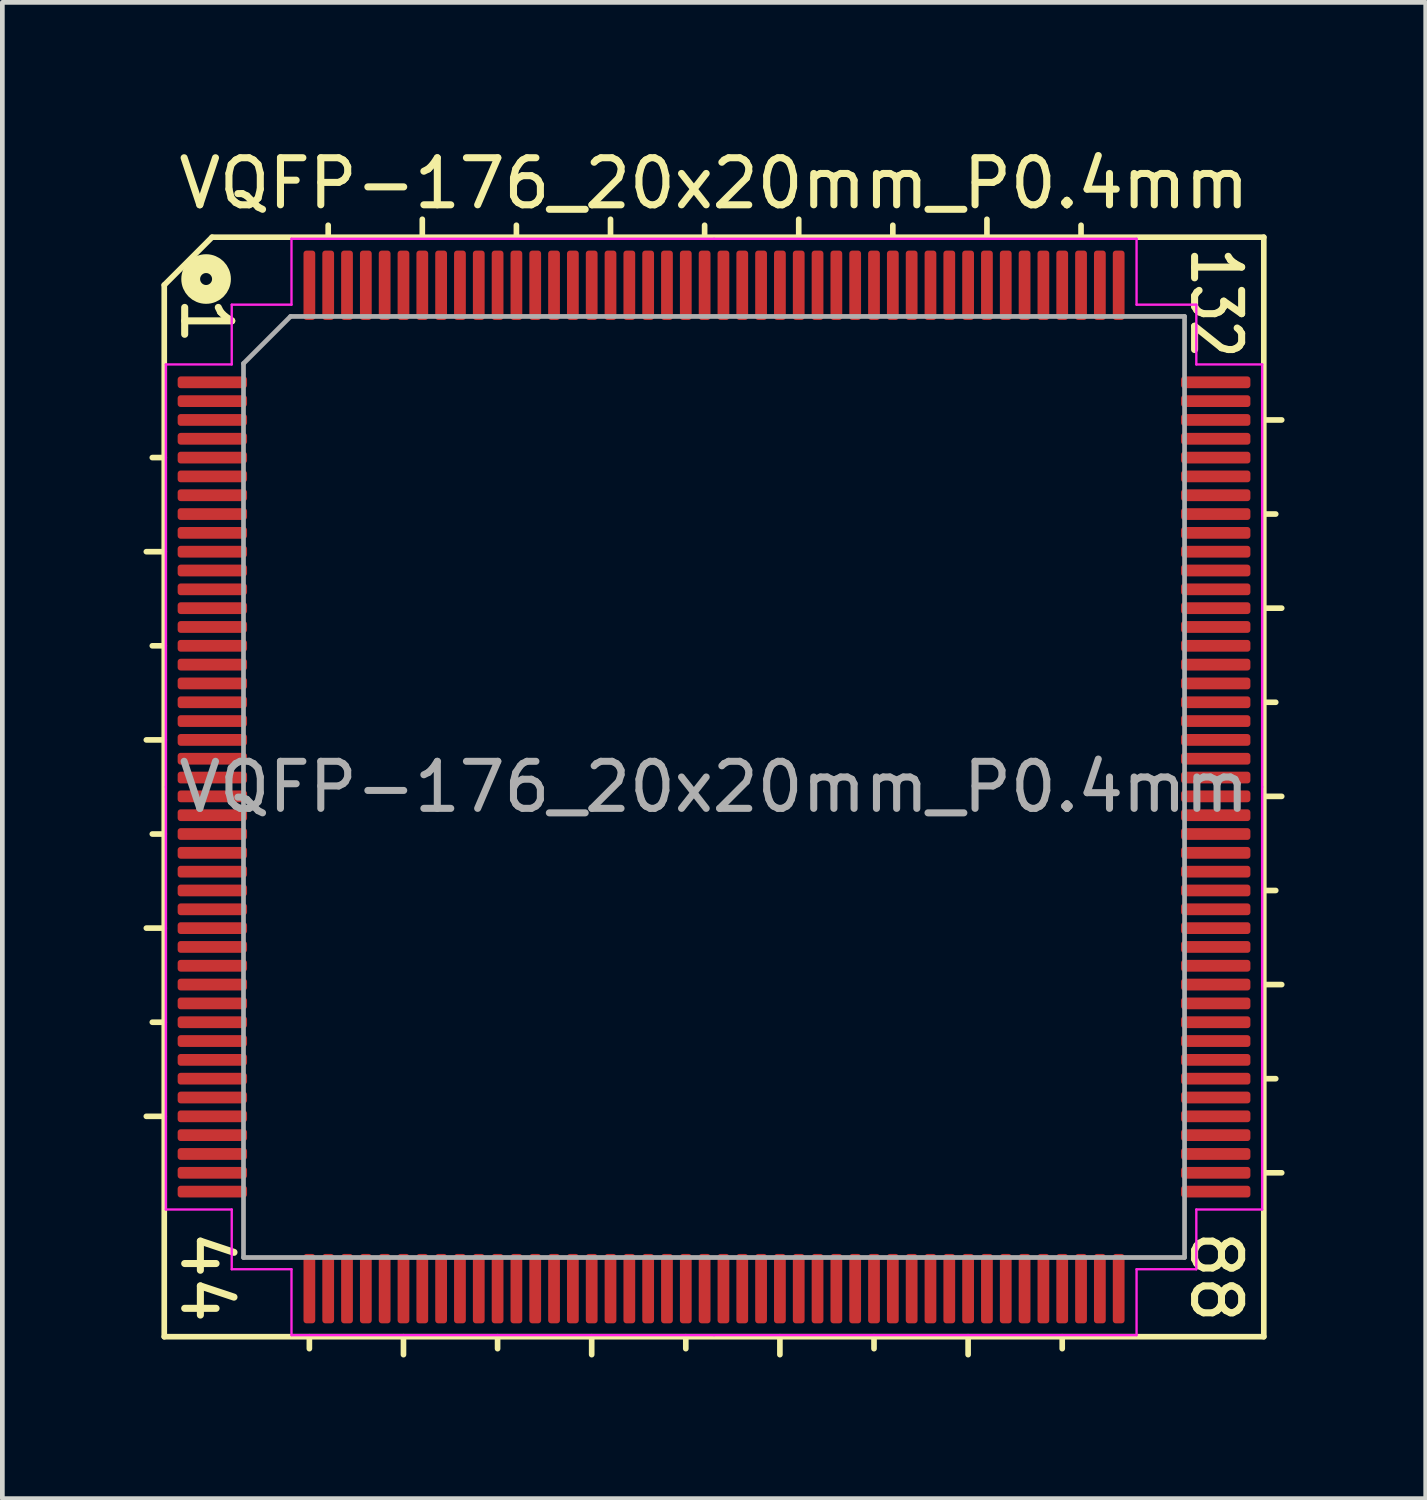
<source format=kicad_pcb>
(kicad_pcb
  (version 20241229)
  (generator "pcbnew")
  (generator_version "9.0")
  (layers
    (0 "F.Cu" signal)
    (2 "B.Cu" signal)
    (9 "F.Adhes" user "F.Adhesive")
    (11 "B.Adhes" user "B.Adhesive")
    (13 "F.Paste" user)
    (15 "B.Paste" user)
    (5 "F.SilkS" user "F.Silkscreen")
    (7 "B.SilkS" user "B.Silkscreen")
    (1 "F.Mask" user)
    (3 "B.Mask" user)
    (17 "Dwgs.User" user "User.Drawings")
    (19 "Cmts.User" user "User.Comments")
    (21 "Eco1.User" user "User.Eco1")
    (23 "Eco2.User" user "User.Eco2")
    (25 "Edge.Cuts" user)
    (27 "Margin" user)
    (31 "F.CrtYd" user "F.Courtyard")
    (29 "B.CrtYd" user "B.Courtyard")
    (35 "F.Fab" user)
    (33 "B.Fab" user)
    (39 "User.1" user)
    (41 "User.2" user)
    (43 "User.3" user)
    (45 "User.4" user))
  (footprint "VQFP-176_20x20mm_P0.4mm"
    (layer "F.Cu")
    (at 12.125 13.675)
    (property "Reference" "VQFP-176_20x20mm_P0.4mm" (at 0 -12.827 0) (layer "F.SilkS") (effects (font (size 1 1) (thickness 0.15))))
    (attr smd)
    (fp_line (start -11.684 -10.668) (end -11.684 11.684) (stroke (width 0.12) (type solid)) (layer "F.SilkS"))
    (fp_line (start -11.684 -7) (end -11.938 -7) (stroke (width 0.12) (type solid)) (layer "F.SilkS"))
    (fp_line (start -11.684 -5) (end -12.065 -5) (stroke (width 0.12) (type solid)) (layer "F.SilkS"))
    (fp_line (start -11.684 -3) (end -11.938 -3) (stroke (width 0.12) (type solid)) (layer "F.SilkS"))
    (fp_line (start -11.684 -1) (end -12.065 -1) (stroke (width 0.12) (type solid)) (layer "F.SilkS"))
    (fp_line (start -11.684 1) (end -11.938 1) (stroke (width 0.12) (type solid)) (layer "F.SilkS"))
    (fp_line (start -11.684 3) (end -12.065 3) (stroke (width 0.12) (type solid)) (layer "F.SilkS"))
    (fp_line (start -11.684 5) (end -11.938 5) (stroke (width 0.12) (type solid)) (layer "F.SilkS"))
    (fp_line (start -11.684 7) (end -12.065 7) (stroke (width 0.12) (type solid)) (layer "F.SilkS"))
    (fp_line (start -11.684 11.684) (end 11.684 11.684) (stroke (width 0.12) (type solid)) (layer "F.SilkS"))
    (fp_line (start -10.668 -11.684) (end -11.684 -10.668) (stroke (width 0.12) (type solid)) (layer "F.SilkS"))
    (fp_line (start -8.6 11.938) (end -8.6 11.684) (stroke (width 0.12) (type solid)) (layer "F.SilkS"))
    (fp_line (start -8.2 -11.684) (end -8.2 -11.938) (stroke (width 0.12) (type solid)) (layer "F.SilkS"))
    (fp_line (start -6.6 12.065) (end -6.6 11.684) (stroke (width 0.12) (type solid)) (layer "F.SilkS"))
    (fp_line (start -6.2 -11.684) (end -6.2 -12.065) (stroke (width 0.12) (type solid)) (layer "F.SilkS"))
    (fp_line (start -4.6 11.938) (end -4.6 11.684) (stroke (width 0.12) (type solid)) (layer "F.SilkS"))
    (fp_line (start -4.2 -11.684) (end -4.2 -11.938) (stroke (width 0.12) (type solid)) (layer "F.SilkS"))
    (fp_line (start -2.6 12.065) (end -2.6 11.684) (stroke (width 0.12) (type solid)) (layer "F.SilkS"))
    (fp_line (start -2.2 -11.684) (end -2.2 -12.065) (stroke (width 0.12) (type solid)) (layer "F.SilkS"))
    (fp_line (start -0.6 11.938) (end -0.6 11.684) (stroke (width 0.12) (type solid)) (layer "F.SilkS"))
    (fp_line (start -0.2 -11.684) (end -0.2 -11.938) (stroke (width 0.12) (type solid)) (layer "F.SilkS"))
    (fp_line (start 1.4 12.065) (end 1.4 11.684) (stroke (width 0.12) (type solid)) (layer "F.SilkS"))
    (fp_line (start 1.8 -11.684) (end 1.8 -12.065) (stroke (width 0.12) (type solid)) (layer "F.SilkS"))
    (fp_line (start 3.4 11.938) (end 3.4 11.684) (stroke (width 0.12) (type solid)) (layer "F.SilkS"))
    (fp_line (start 3.8 -11.684) (end 3.8 -11.938) (stroke (width 0.12) (type solid)) (layer "F.SilkS"))
    (fp_line (start 5.4 12.065) (end 5.4 11.684) (stroke (width 0.12) (type solid)) (layer "F.SilkS"))
    (fp_line (start 5.8 -11.684) (end 5.8 -12.065) (stroke (width 0.12) (type solid)) (layer "F.SilkS"))
    (fp_line (start 7.4 11.938) (end 7.4 11.684) (stroke (width 0.12) (type solid)) (layer "F.SilkS"))
    (fp_line (start 7.8 -11.684) (end 7.8 -11.938) (stroke (width 0.12) (type solid)) (layer "F.SilkS"))
    (fp_line (start 11.684 -11.684) (end -10.668 -11.684) (stroke (width 0.12) (type solid)) (layer "F.SilkS"))
    (fp_line (start 11.684 -7.8) (end 12.065 -7.8) (stroke (width 0.12) (type solid)) (layer "F.SilkS"))
    (fp_line (start 11.684 -5.8) (end 11.938 -5.8) (stroke (width 0.12) (type solid)) (layer "F.SilkS"))
    (fp_line (start 11.684 -3.8) (end 12.065 -3.8) (stroke (width 0.12) (type solid)) (layer "F.SilkS"))
    (fp_line (start 11.684 -1.8) (end 11.938 -1.8) (stroke (width 0.12) (type solid)) (layer "F.SilkS"))
    (fp_line (start 11.684 0.2) (end 12.065 0.2) (stroke (width 0.12) (type solid)) (layer "F.SilkS"))
    (fp_line (start 11.684 2.2) (end 11.938 2.2) (stroke (width 0.12) (type solid)) (layer "F.SilkS"))
    (fp_line (start 11.684 4.2) (end 12.065 4.2) (stroke (width 0.12) (type solid)) (layer "F.SilkS"))
    (fp_line (start 11.684 6.2) (end 11.938 6.2) (stroke (width 0.12) (type solid)) (layer "F.SilkS"))
    (fp_line (start 11.684 8.2) (end 12.065 8.2) (stroke (width 0.12) (type solid)) (layer "F.SilkS"))
    (fp_line (start 11.684 11.684) (end 11.684 -11.684) (stroke (width 0.12) (type solid)) (layer "F.SilkS"))
    (fp_circle (center -10.795 -10.795) (end -10.668 -10.795) (stroke (width 0.4) (type solid)) (fill no) (layer "F.SilkS"))
    (fp_line (start -11.65 -8.98) (end -11.65 0) (stroke (width 0.05) (type solid)) (layer "F.CrtYd"))
    (fp_line (start -11.65 8.98) (end -11.65 0) (stroke (width 0.05) (type solid)) (layer "F.CrtYd"))
    (fp_line (start -10.25 -10.25) (end -10.25 -8.98) (stroke (width 0.05) (type solid)) (layer "F.CrtYd"))
    (fp_line (start -10.25 -8.98) (end -11.65 -8.98) (stroke (width 0.05) (type solid)) (layer "F.CrtYd"))
    (fp_line (start -10.25 8.98) (end -11.65 8.98) (stroke (width 0.05) (type solid)) (layer "F.CrtYd"))
    (fp_line (start -10.25 10.25) (end -10.25 8.98) (stroke (width 0.05) (type solid)) (layer "F.CrtYd"))
    (fp_line (start -8.98 -11.65) (end -8.98 -10.25) (stroke (width 0.05) (type solid)) (layer "F.CrtYd"))
    (fp_line (start -8.98 -10.25) (end -10.25 -10.25) (stroke (width 0.05) (type solid)) (layer "F.CrtYd"))
    (fp_line (start -8.98 10.25) (end -10.25 10.25) (stroke (width 0.05) (type solid)) (layer "F.CrtYd"))
    (fp_line (start -8.98 11.65) (end -8.98 10.25) (stroke (width 0.05) (type solid)) (layer "F.CrtYd"))
    (fp_line (start 0 -11.65) (end -8.98 -11.65) (stroke (width 0.05) (type solid)) (layer "F.CrtYd"))
    (fp_line (start 0 -11.65) (end 8.98 -11.65) (stroke (width 0.05) (type solid)) (layer "F.CrtYd"))
    (fp_line (start 0 11.65) (end -8.98 11.65) (stroke (width 0.05) (type solid)) (layer "F.CrtYd"))
    (fp_line (start 0 11.65) (end 8.98 11.65) (stroke (width 0.05) (type solid)) (layer "F.CrtYd"))
    (fp_line (start 8.98 -11.65) (end 8.98 -10.25) (stroke (width 0.05) (type solid)) (layer "F.CrtYd"))
    (fp_line (start 8.98 -10.25) (end 10.25 -10.25) (stroke (width 0.05) (type solid)) (layer "F.CrtYd"))
    (fp_line (start 8.98 10.25) (end 10.25 10.25) (stroke (width 0.05) (type solid)) (layer "F.CrtYd"))
    (fp_line (start 8.98 11.65) (end 8.98 10.25) (stroke (width 0.05) (type solid)) (layer "F.CrtYd"))
    (fp_line (start 10.25 -10.25) (end 10.25 -8.98) (stroke (width 0.05) (type solid)) (layer "F.CrtYd"))
    (fp_line (start 10.25 -8.98) (end 11.65 -8.98) (stroke (width 0.05) (type solid)) (layer "F.CrtYd"))
    (fp_line (start 10.25 8.98) (end 11.65 8.98) (stroke (width 0.05) (type solid)) (layer "F.CrtYd"))
    (fp_line (start 10.25 10.25) (end 10.25 8.98) (stroke (width 0.05) (type solid)) (layer "F.CrtYd"))
    (fp_line (start 11.65 -8.98) (end 11.65 0) (stroke (width 0.05) (type solid)) (layer "F.CrtYd"))
    (fp_line (start 11.65 8.98) (end 11.65 0) (stroke (width 0.05) (type solid)) (layer "F.CrtYd"))
    (fp_line (start -10 -9) (end -9 -10) (stroke (width 0.1) (type solid)) (layer "F.Fab"))
    (fp_line (start -10 10) (end -10 -9) (stroke (width 0.1) (type solid)) (layer "F.Fab"))
    (fp_line (start -9 -10) (end 10 -10) (stroke (width 0.1) (type solid)) (layer "F.Fab"))
    (fp_line (start 10 -10) (end 10 10) (stroke (width 0.1) (type solid)) (layer "F.Fab"))
    (fp_line (start 10 10) (end -10 10) (stroke (width 0.1) (type solid)) (layer "F.Fab"))
    (fp_text user "1" (at -10.795 -9.906 270) (unlocked yes) (layer "F.SilkS") (effects (font (size 1 1) (thickness 0.15))))
    (fp_text user "88" (at 10.668 10.414 270) (unlocked yes) (layer "F.SilkS") (effects (font (size 1 1) (thickness 0.15))))
    (fp_text user "44" (at -10.795 10.414 270) (unlocked yes) (layer "F.SilkS") (effects (font (size 1 1) (thickness 0.15))))
    (fp_text user "132" (at 10.668 -10.287 270) (unlocked yes) (layer "F.SilkS") (effects (font (size 1 0.8) (thickness 0.15))))
    (fp_text user "${REFERENCE}" (at 0 0 0) (layer "F.Fab") (effects (font (size 1 1) (thickness 0.15))))
    (pad "1" smd roundrect (at -10.662 -8.6) (size 1.475 0.25) (layers "F.Cu" "F.Mask" "F.Paste") (roundrect_rratio 0.25))
    (pad "2" smd roundrect (at -10.662 -8.2) (size 1.475 0.25) (layers "F.Cu" "F.Mask" "F.Paste") (roundrect_rratio 0.25))
    (pad "3" smd roundrect (at -10.662 -7.8) (size 1.475 0.25) (layers "F.Cu" "F.Mask" "F.Paste") (roundrect_rratio 0.25))
    (pad "4" smd roundrect (at -10.662 -7.4) (size 1.475 0.25) (layers "F.Cu" "F.Mask" "F.Paste") (roundrect_rratio 0.25))
    (pad "5" smd roundrect (at -10.662 -7) (size 1.475 0.25) (layers "F.Cu" "F.Mask" "F.Paste") (roundrect_rratio 0.25))
    (pad "6" smd roundrect (at -10.662 -6.6) (size 1.475 0.25) (layers "F.Cu" "F.Mask" "F.Paste") (roundrect_rratio 0.25))
    (pad "7" smd roundrect (at -10.662 -6.2) (size 1.475 0.25) (layers "F.Cu" "F.Mask" "F.Paste") (roundrect_rratio 0.25))
    (pad "8" smd roundrect (at -10.662 -5.8) (size 1.475 0.25) (layers "F.Cu" "F.Mask" "F.Paste") (roundrect_rratio 0.25))
    (pad "9" smd roundrect (at -10.662 -5.4) (size 1.475 0.25) (layers "F.Cu" "F.Mask" "F.Paste") (roundrect_rratio 0.25))
    (pad "10" smd roundrect (at -10.662 -5) (size 1.475 0.25) (layers "F.Cu" "F.Mask" "F.Paste") (roundrect_rratio 0.25))
    (pad "11" smd roundrect (at -10.662 -4.6) (size 1.475 0.25) (layers "F.Cu" "F.Mask" "F.Paste") (roundrect_rratio 0.25))
    (pad "12" smd roundrect (at -10.662 -4.2) (size 1.475 0.25) (layers "F.Cu" "F.Mask" "F.Paste") (roundrect_rratio 0.25))
    (pad "13" smd roundrect (at -10.662 -3.8) (size 1.475 0.25) (layers "F.Cu" "F.Mask" "F.Paste") (roundrect_rratio 0.25))
    (pad "14" smd roundrect (at -10.662 -3.4) (size 1.475 0.25) (layers "F.Cu" "F.Mask" "F.Paste") (roundrect_rratio 0.25))
    (pad "15" smd roundrect (at -10.662 -3) (size 1.475 0.25) (layers "F.Cu" "F.Mask" "F.Paste") (roundrect_rratio 0.25))
    (pad "16" smd roundrect (at -10.662 -2.6) (size 1.475 0.25) (layers "F.Cu" "F.Mask" "F.Paste") (roundrect_rratio 0.25))
    (pad "17" smd roundrect (at -10.662 -2.2) (size 1.475 0.25) (layers "F.Cu" "F.Mask" "F.Paste") (roundrect_rratio 0.25))
    (pad "18" smd roundrect (at -10.662 -1.8) (size 1.475 0.25) (layers "F.Cu" "F.Mask" "F.Paste") (roundrect_rratio 0.25))
    (pad "19" smd roundrect (at -10.662 -1.4) (size 1.475 0.25) (layers "F.Cu" "F.Mask" "F.Paste") (roundrect_rratio 0.25))
    (pad "20" smd roundrect (at -10.662 -1) (size 1.475 0.25) (layers "F.Cu" "F.Mask" "F.Paste") (roundrect_rratio 0.25))
    (pad "21" smd roundrect (at -10.662 -0.6) (size 1.475 0.25) (layers "F.Cu" "F.Mask" "F.Paste") (roundrect_rratio 0.25))
    (pad "22" smd roundrect (at -10.662 -0.2) (size 1.475 0.25) (layers "F.Cu" "F.Mask" "F.Paste") (roundrect_rratio 0.25))
    (pad "23" smd roundrect (at -10.662 0.2) (size 1.475 0.25) (layers "F.Cu" "F.Mask" "F.Paste") (roundrect_rratio 0.25))
    (pad "24" smd roundrect (at -10.662 0.6) (size 1.475 0.25) (layers "F.Cu" "F.Mask" "F.Paste") (roundrect_rratio 0.25))
    (pad "25" smd roundrect (at -10.662 1) (size 1.475 0.25) (layers "F.Cu" "F.Mask" "F.Paste") (roundrect_rratio 0.25))
    (pad "26" smd roundrect (at -10.662 1.4) (size 1.475 0.25) (layers "F.Cu" "F.Mask" "F.Paste") (roundrect_rratio 0.25))
    (pad "27" smd roundrect (at -10.662 1.8) (size 1.475 0.25) (layers "F.Cu" "F.Mask" "F.Paste") (roundrect_rratio 0.25))
    (pad "28" smd roundrect (at -10.662 2.2) (size 1.475 0.25) (layers "F.Cu" "F.Mask" "F.Paste") (roundrect_rratio 0.25))
    (pad "29" smd roundrect (at -10.662 2.6) (size 1.475 0.25) (layers "F.Cu" "F.Mask" "F.Paste") (roundrect_rratio 0.25))
    (pad "30" smd roundrect (at -10.662 3) (size 1.475 0.25) (layers "F.Cu" "F.Mask" "F.Paste") (roundrect_rratio 0.25))
    (pad "31" smd roundrect (at -10.662 3.4) (size 1.475 0.25) (layers "F.Cu" "F.Mask" "F.Paste") (roundrect_rratio 0.25))
    (pad "32" smd roundrect (at -10.662 3.8) (size 1.475 0.25) (layers "F.Cu" "F.Mask" "F.Paste") (roundrect_rratio 0.25))
    (pad "33" smd roundrect (at -10.662 4.2) (size 1.475 0.25) (layers "F.Cu" "F.Mask" "F.Paste") (roundrect_rratio 0.25))
    (pad "34" smd roundrect (at -10.662 4.6) (size 1.475 0.25) (layers "F.Cu" "F.Mask" "F.Paste") (roundrect_rratio 0.25))
    (pad "35" smd roundrect (at -10.662 5) (size 1.475 0.25) (layers "F.Cu" "F.Mask" "F.Paste") (roundrect_rratio 0.25))
    (pad "36" smd roundrect (at -10.662 5.4) (size 1.475 0.25) (layers "F.Cu" "F.Mask" "F.Paste") (roundrect_rratio 0.25))
    (pad "37" smd roundrect (at -10.662 5.8) (size 1.475 0.25) (layers "F.Cu" "F.Mask" "F.Paste") (roundrect_rratio 0.25))
    (pad "38" smd roundrect (at -10.662 6.2) (size 1.475 0.25) (layers "F.Cu" "F.Mask" "F.Paste") (roundrect_rratio 0.25))
    (pad "39" smd roundrect (at -10.662 6.6) (size 1.475 0.25) (layers "F.Cu" "F.Mask" "F.Paste") (roundrect_rratio 0.25))
    (pad "40" smd roundrect (at -10.662 7) (size 1.475 0.25) (layers "F.Cu" "F.Mask" "F.Paste") (roundrect_rratio 0.25))
    (pad "41" smd roundrect (at -10.662 7.4) (size 1.475 0.25) (layers "F.Cu" "F.Mask" "F.Paste") (roundrect_rratio 0.25))
    (pad "42" smd roundrect (at -10.662 7.8) (size 1.475 0.25) (layers "F.Cu" "F.Mask" "F.Paste") (roundrect_rratio 0.25))
    (pad "43" smd roundrect (at -10.662 8.2) (size 1.475 0.25) (layers "F.Cu" "F.Mask" "F.Paste") (roundrect_rratio 0.25))
    (pad "44" smd roundrect (at -10.662 8.6) (size 1.475 0.25) (layers "F.Cu" "F.Mask" "F.Paste") (roundrect_rratio 0.25))
    (pad "45" smd roundrect (at -8.6 10.662) (size 0.25 1.475) (layers "F.Cu" "F.Mask" "F.Paste") (roundrect_rratio 0.25))
    (pad "46" smd roundrect (at -8.2 10.662) (size 0.25 1.475) (layers "F.Cu" "F.Mask" "F.Paste") (roundrect_rratio 0.25))
    (pad "47" smd roundrect (at -7.8 10.662) (size 0.25 1.475) (layers "F.Cu" "F.Mask" "F.Paste") (roundrect_rratio 0.25))
    (pad "48" smd roundrect (at -7.4 10.662) (size 0.25 1.475) (layers "F.Cu" "F.Mask" "F.Paste") (roundrect_rratio 0.25))
    (pad "49" smd roundrect (at -7 10.662) (size 0.25 1.475) (layers "F.Cu" "F.Mask" "F.Paste") (roundrect_rratio 0.25))
    (pad "50" smd roundrect (at -6.6 10.662) (size 0.25 1.475) (layers "F.Cu" "F.Mask" "F.Paste") (roundrect_rratio 0.25))
    (pad "51" smd roundrect (at -6.2 10.662) (size 0.25 1.475) (layers "F.Cu" "F.Mask" "F.Paste") (roundrect_rratio 0.25))
    (pad "52" smd roundrect (at -5.8 10.662) (size 0.25 1.475) (layers "F.Cu" "F.Mask" "F.Paste") (roundrect_rratio 0.25))
    (pad "53" smd roundrect (at -5.4 10.662) (size 0.25 1.475) (layers "F.Cu" "F.Mask" "F.Paste") (roundrect_rratio 0.25))
    (pad "54" smd roundrect (at -5 10.662) (size 0.25 1.475) (layers "F.Cu" "F.Mask" "F.Paste") (roundrect_rratio 0.25))
    (pad "55" smd roundrect (at -4.6 10.662) (size 0.25 1.475) (layers "F.Cu" "F.Mask" "F.Paste") (roundrect_rratio 0.25))
    (pad "56" smd roundrect (at -4.2 10.662) (size 0.25 1.475) (layers "F.Cu" "F.Mask" "F.Paste") (roundrect_rratio 0.25))
    (pad "57" smd roundrect (at -3.8 10.662) (size 0.25 1.475) (layers "F.Cu" "F.Mask" "F.Paste") (roundrect_rratio 0.25))
    (pad "58" smd roundrect (at -3.4 10.662) (size 0.25 1.475) (layers "F.Cu" "F.Mask" "F.Paste") (roundrect_rratio 0.25))
    (pad "59" smd roundrect (at -3 10.662) (size 0.25 1.475) (layers "F.Cu" "F.Mask" "F.Paste") (roundrect_rratio 0.25))
    (pad "60" smd roundrect (at -2.6 10.662) (size 0.25 1.475) (layers "F.Cu" "F.Mask" "F.Paste") (roundrect_rratio 0.25))
    (pad "61" smd roundrect (at -2.2 10.662) (size 0.25 1.475) (layers "F.Cu" "F.Mask" "F.Paste") (roundrect_rratio 0.25))
    (pad "62" smd roundrect (at -1.8 10.662) (size 0.25 1.475) (layers "F.Cu" "F.Mask" "F.Paste") (roundrect_rratio 0.25))
    (pad "63" smd roundrect (at -1.4 10.662) (size 0.25 1.475) (layers "F.Cu" "F.Mask" "F.Paste") (roundrect_rratio 0.25))
    (pad "64" smd roundrect (at -1 10.662) (size 0.25 1.475) (layers "F.Cu" "F.Mask" "F.Paste") (roundrect_rratio 0.25))
    (pad "65" smd roundrect (at -0.6 10.662) (size 0.25 1.475) (layers "F.Cu" "F.Mask" "F.Paste") (roundrect_rratio 0.25))
    (pad "66" smd roundrect (at -0.2 10.662) (size 0.25 1.475) (layers "F.Cu" "F.Mask" "F.Paste") (roundrect_rratio 0.25))
    (pad "67" smd roundrect (at 0.2 10.662) (size 0.25 1.475) (layers "F.Cu" "F.Mask" "F.Paste") (roundrect_rratio 0.25))
    (pad "68" smd roundrect (at 0.6 10.662) (size 0.25 1.475) (layers "F.Cu" "F.Mask" "F.Paste") (roundrect_rratio 0.25))
    (pad "69" smd roundrect (at 1 10.662) (size 0.25 1.475) (layers "F.Cu" "F.Mask" "F.Paste") (roundrect_rratio 0.25))
    (pad "70" smd roundrect (at 1.4 10.662) (size 0.25 1.475) (layers "F.Cu" "F.Mask" "F.Paste") (roundrect_rratio 0.25))
    (pad "71" smd roundrect (at 1.8 10.662) (size 0.25 1.475) (layers "F.Cu" "F.Mask" "F.Paste") (roundrect_rratio 0.25))
    (pad "72" smd roundrect (at 2.2 10.662) (size 0.25 1.475) (layers "F.Cu" "F.Mask" "F.Paste") (roundrect_rratio 0.25))
    (pad "73" smd roundrect (at 2.6 10.662) (size 0.25 1.475) (layers "F.Cu" "F.Mask" "F.Paste") (roundrect_rratio 0.25))
    (pad "74" smd roundrect (at 3 10.662) (size 0.25 1.475) (layers "F.Cu" "F.Mask" "F.Paste") (roundrect_rratio 0.25))
    (pad "75" smd roundrect (at 3.4 10.662) (size 0.25 1.475) (layers "F.Cu" "F.Mask" "F.Paste") (roundrect_rratio 0.25))
    (pad "76" smd roundrect (at 3.8 10.662) (size 0.25 1.475) (layers "F.Cu" "F.Mask" "F.Paste") (roundrect_rratio 0.25))
    (pad "77" smd roundrect (at 4.2 10.662) (size 0.25 1.475) (layers "F.Cu" "F.Mask" "F.Paste") (roundrect_rratio 0.25))
    (pad "78" smd roundrect (at 4.6 10.662) (size 0.25 1.475) (layers "F.Cu" "F.Mask" "F.Paste") (roundrect_rratio 0.25))
    (pad "79" smd roundrect (at 5 10.662) (size 0.25 1.475) (layers "F.Cu" "F.Mask" "F.Paste") (roundrect_rratio 0.25))
    (pad "80" smd roundrect (at 5.4 10.662) (size 0.25 1.475) (layers "F.Cu" "F.Mask" "F.Paste") (roundrect_rratio 0.25))
    (pad "81" smd roundrect (at 5.8 10.662) (size 0.25 1.475) (layers "F.Cu" "F.Mask" "F.Paste") (roundrect_rratio 0.25))
    (pad "82" smd roundrect (at 6.2 10.662) (size 0.25 1.475) (layers "F.Cu" "F.Mask" "F.Paste") (roundrect_rratio 0.25))
    (pad "83" smd roundrect (at 6.6 10.662) (size 0.25 1.475) (layers "F.Cu" "F.Mask" "F.Paste") (roundrect_rratio 0.25))
    (pad "84" smd roundrect (at 7 10.662) (size 0.25 1.475) (layers "F.Cu" "F.Mask" "F.Paste") (roundrect_rratio 0.25))
    (pad "85" smd roundrect (at 7.4 10.662) (size 0.25 1.475) (layers "F.Cu" "F.Mask" "F.Paste") (roundrect_rratio 0.25))
    (pad "86" smd roundrect (at 7.8 10.662) (size 0.25 1.475) (layers "F.Cu" "F.Mask" "F.Paste") (roundrect_rratio 0.25))
    (pad "87" smd roundrect (at 8.2 10.662) (size 0.25 1.475) (layers "F.Cu" "F.Mask" "F.Paste") (roundrect_rratio 0.25))
    (pad "88" smd roundrect (at 8.6 10.662) (size 0.25 1.475) (layers "F.Cu" "F.Mask" "F.Paste") (roundrect_rratio 0.25))
    (pad "89" smd roundrect (at 10.662 8.6) (size 1.475 0.25) (layers "F.Cu" "F.Mask" "F.Paste") (roundrect_rratio 0.25))
    (pad "90" smd roundrect (at 10.662 8.2) (size 1.475 0.25) (layers "F.Cu" "F.Mask" "F.Paste") (roundrect_rratio 0.25))
    (pad "91" smd roundrect (at 10.662 7.8) (size 1.475 0.25) (layers "F.Cu" "F.Mask" "F.Paste") (roundrect_rratio 0.25))
    (pad "92" smd roundrect (at 10.662 7.4) (size 1.475 0.25) (layers "F.Cu" "F.Mask" "F.Paste") (roundrect_rratio 0.25))
    (pad "93" smd roundrect (at 10.662 7) (size 1.475 0.25) (layers "F.Cu" "F.Mask" "F.Paste") (roundrect_rratio 0.25))
    (pad "94" smd roundrect (at 10.662 6.6) (size 1.475 0.25) (layers "F.Cu" "F.Mask" "F.Paste") (roundrect_rratio 0.25))
    (pad "95" smd roundrect (at 10.662 6.2) (size 1.475 0.25) (layers "F.Cu" "F.Mask" "F.Paste") (roundrect_rratio 0.25))
    (pad "96" smd roundrect (at 10.662 5.8) (size 1.475 0.25) (layers "F.Cu" "F.Mask" "F.Paste") (roundrect_rratio 0.25))
    (pad "97" smd roundrect (at 10.662 5.4) (size 1.475 0.25) (layers "F.Cu" "F.Mask" "F.Paste") (roundrect_rratio 0.25))
    (pad "98" smd roundrect (at 10.662 5) (size 1.475 0.25) (layers "F.Cu" "F.Mask" "F.Paste") (roundrect_rratio 0.25))
    (pad "99" smd roundrect (at 10.662 4.6) (size 1.475 0.25) (layers "F.Cu" "F.Mask" "F.Paste") (roundrect_rratio 0.25))
    (pad "100" smd roundrect (at 10.662 4.2) (size 1.475 0.25) (layers "F.Cu" "F.Mask" "F.Paste") (roundrect_rratio 0.25))
    (pad "101" smd roundrect (at 10.662 3.8) (size 1.475 0.25) (layers "F.Cu" "F.Mask" "F.Paste") (roundrect_rratio 0.25))
    (pad "102" smd roundrect (at 10.662 3.4) (size 1.475 0.25) (layers "F.Cu" "F.Mask" "F.Paste") (roundrect_rratio 0.25))
    (pad "103" smd roundrect (at 10.662 3) (size 1.475 0.25) (layers "F.Cu" "F.Mask" "F.Paste") (roundrect_rratio 0.25))
    (pad "104" smd roundrect (at 10.662 2.6) (size 1.475 0.25) (layers "F.Cu" "F.Mask" "F.Paste") (roundrect_rratio 0.25))
    (pad "105" smd roundrect (at 10.662 2.2) (size 1.475 0.25) (layers "F.Cu" "F.Mask" "F.Paste") (roundrect_rratio 0.25))
    (pad "106" smd roundrect (at 10.662 1.8) (size 1.475 0.25) (layers "F.Cu" "F.Mask" "F.Paste") (roundrect_rratio 0.25))
    (pad "107" smd roundrect (at 10.662 1.4) (size 1.475 0.25) (layers "F.Cu" "F.Mask" "F.Paste") (roundrect_rratio 0.25))
    (pad "108" smd roundrect (at 10.662 1) (size 1.475 0.25) (layers "F.Cu" "F.Mask" "F.Paste") (roundrect_rratio 0.25))
    (pad "109" smd roundrect (at 10.662 0.6) (size 1.475 0.25) (layers "F.Cu" "F.Mask" "F.Paste") (roundrect_rratio 0.25))
    (pad "110" smd roundrect (at 10.662 0.2) (size 1.475 0.25) (layers "F.Cu" "F.Mask" "F.Paste") (roundrect_rratio 0.25))
    (pad "111" smd roundrect (at 10.662 -0.2) (size 1.475 0.25) (layers "F.Cu" "F.Mask" "F.Paste") (roundrect_rratio 0.25))
    (pad "112" smd roundrect (at 10.662 -0.6) (size 1.475 0.25) (layers "F.Cu" "F.Mask" "F.Paste") (roundrect_rratio 0.25))
    (pad "113" smd roundrect (at 10.662 -1) (size 1.475 0.25) (layers "F.Cu" "F.Mask" "F.Paste") (roundrect_rratio 0.25))
    (pad "114" smd roundrect (at 10.662 -1.4) (size 1.475 0.25) (layers "F.Cu" "F.Mask" "F.Paste") (roundrect_rratio 0.25))
    (pad "115" smd roundrect (at 10.662 -1.8) (size 1.475 0.25) (layers "F.Cu" "F.Mask" "F.Paste") (roundrect_rratio 0.25))
    (pad "116" smd roundrect (at 10.662 -2.2) (size 1.475 0.25) (layers "F.Cu" "F.Mask" "F.Paste") (roundrect_rratio 0.25))
    (pad "117" smd roundrect (at 10.662 -2.6) (size 1.475 0.25) (layers "F.Cu" "F.Mask" "F.Paste") (roundrect_rratio 0.25))
    (pad "118" smd roundrect (at 10.662 -3) (size 1.475 0.25) (layers "F.Cu" "F.Mask" "F.Paste") (roundrect_rratio 0.25))
    (pad "119" smd roundrect (at 10.662 -3.4) (size 1.475 0.25) (layers "F.Cu" "F.Mask" "F.Paste") (roundrect_rratio 0.25))
    (pad "120" smd roundrect (at 10.662 -3.8) (size 1.475 0.25) (layers "F.Cu" "F.Mask" "F.Paste") (roundrect_rratio 0.25))
    (pad "121" smd roundrect (at 10.662 -4.2) (size 1.475 0.25) (layers "F.Cu" "F.Mask" "F.Paste") (roundrect_rratio 0.25))
    (pad "122" smd roundrect (at 10.662 -4.6) (size 1.475 0.25) (layers "F.Cu" "F.Mask" "F.Paste") (roundrect_rratio 0.25))
    (pad "123" smd roundrect (at 10.662 -5) (size 1.475 0.25) (layers "F.Cu" "F.Mask" "F.Paste") (roundrect_rratio 0.25))
    (pad "124" smd roundrect (at 10.662 -5.4) (size 1.475 0.25) (layers "F.Cu" "F.Mask" "F.Paste") (roundrect_rratio 0.25))
    (pad "125" smd roundrect (at 10.662 -5.8) (size 1.475 0.25) (layers "F.Cu" "F.Mask" "F.Paste") (roundrect_rratio 0.25))
    (pad "126" smd roundrect (at 10.662 -6.2) (size 1.475 0.25) (layers "F.Cu" "F.Mask" "F.Paste") (roundrect_rratio 0.25))
    (pad "127" smd roundrect (at 10.662 -6.6) (size 1.475 0.25) (layers "F.Cu" "F.Mask" "F.Paste") (roundrect_rratio 0.25))
    (pad "128" smd roundrect (at 10.662 -7) (size 1.475 0.25) (layers "F.Cu" "F.Mask" "F.Paste") (roundrect_rratio 0.25))
    (pad "129" smd roundrect (at 10.662 -7.4) (size 1.475 0.25) (layers "F.Cu" "F.Mask" "F.Paste") (roundrect_rratio 0.25))
    (pad "130" smd roundrect (at 10.662 -7.8) (size 1.475 0.25) (layers "F.Cu" "F.Mask" "F.Paste") (roundrect_rratio 0.25))
    (pad "131" smd roundrect (at 10.662 -8.2) (size 1.475 0.25) (layers "F.Cu" "F.Mask" "F.Paste") (roundrect_rratio 0.25))
    (pad "132" smd roundrect (at 10.662 -8.6) (size 1.475 0.25) (layers "F.Cu" "F.Mask" "F.Paste") (roundrect_rratio 0.25))
    (pad "133" smd roundrect (at 8.6 -10.662) (size 0.25 1.475) (layers "F.Cu" "F.Mask" "F.Paste") (roundrect_rratio 0.25))
    (pad "134" smd roundrect (at 8.2 -10.662) (size 0.25 1.475) (layers "F.Cu" "F.Mask" "F.Paste") (roundrect_rratio 0.25))
    (pad "135" smd roundrect (at 7.8 -10.662) (size 0.25 1.475) (layers "F.Cu" "F.Mask" "F.Paste") (roundrect_rratio 0.25))
    (pad "136" smd roundrect (at 7.4 -10.662) (size 0.25 1.475) (layers "F.Cu" "F.Mask" "F.Paste") (roundrect_rratio 0.25))
    (pad "137" smd roundrect (at 7 -10.662) (size 0.25 1.475) (layers "F.Cu" "F.Mask" "F.Paste") (roundrect_rratio 0.25))
    (pad "138" smd roundrect (at 6.6 -10.662) (size 0.25 1.475) (layers "F.Cu" "F.Mask" "F.Paste") (roundrect_rratio 0.25))
    (pad "139" smd roundrect (at 6.2 -10.662) (size 0.25 1.475) (layers "F.Cu" "F.Mask" "F.Paste") (roundrect_rratio 0.25))
    (pad "140" smd roundrect (at 5.8 -10.662) (size 0.25 1.475) (layers "F.Cu" "F.Mask" "F.Paste") (roundrect_rratio 0.25))
    (pad "141" smd roundrect (at 5.4 -10.662) (size 0.25 1.475) (layers "F.Cu" "F.Mask" "F.Paste") (roundrect_rratio 0.25))
    (pad "142" smd roundrect (at 5 -10.662) (size 0.25 1.475) (layers "F.Cu" "F.Mask" "F.Paste") (roundrect_rratio 0.25))
    (pad "143" smd roundrect (at 4.6 -10.662) (size 0.25 1.475) (layers "F.Cu" "F.Mask" "F.Paste") (roundrect_rratio 0.25))
    (pad "144" smd roundrect (at 4.2 -10.662) (size 0.25 1.475) (layers "F.Cu" "F.Mask" "F.Paste") (roundrect_rratio 0.25))
    (pad "145" smd roundrect (at 3.8 -10.662) (size 0.25 1.475) (layers "F.Cu" "F.Mask" "F.Paste") (roundrect_rratio 0.25))
    (pad "146" smd roundrect (at 3.4 -10.662) (size 0.25 1.475) (layers "F.Cu" "F.Mask" "F.Paste") (roundrect_rratio 0.25))
    (pad "147" smd roundrect (at 3 -10.662) (size 0.25 1.475) (layers "F.Cu" "F.Mask" "F.Paste") (roundrect_rratio 0.25))
    (pad "148" smd roundrect (at 2.6 -10.662) (size 0.25 1.475) (layers "F.Cu" "F.Mask" "F.Paste") (roundrect_rratio 0.25))
    (pad "149" smd roundrect (at 2.2 -10.662) (size 0.25 1.475) (layers "F.Cu" "F.Mask" "F.Paste") (roundrect_rratio 0.25))
    (pad "150" smd roundrect (at 1.8 -10.662) (size 0.25 1.475) (layers "F.Cu" "F.Mask" "F.Paste") (roundrect_rratio 0.25))
    (pad "151" smd roundrect (at 1.4 -10.662) (size 0.25 1.475) (layers "F.Cu" "F.Mask" "F.Paste") (roundrect_rratio 0.25))
    (pad "152" smd roundrect (at 1 -10.662) (size 0.25 1.475) (layers "F.Cu" "F.Mask" "F.Paste") (roundrect_rratio 0.25))
    (pad "153" smd roundrect (at 0.6 -10.662) (size 0.25 1.475) (layers "F.Cu" "F.Mask" "F.Paste") (roundrect_rratio 0.25))
    (pad "154" smd roundrect (at 0.2 -10.662) (size 0.25 1.475) (layers "F.Cu" "F.Mask" "F.Paste") (roundrect_rratio 0.25))
    (pad "155" smd roundrect (at -0.2 -10.662) (size 0.25 1.475) (layers "F.Cu" "F.Mask" "F.Paste") (roundrect_rratio 0.25))
    (pad "156" smd roundrect (at -0.6 -10.662) (size 0.25 1.475) (layers "F.Cu" "F.Mask" "F.Paste") (roundrect_rratio 0.25))
    (pad "157" smd roundrect (at -1 -10.662) (size 0.25 1.475) (layers "F.Cu" "F.Mask" "F.Paste") (roundrect_rratio 0.25))
    (pad "158" smd roundrect (at -1.4 -10.662) (size 0.25 1.475) (layers "F.Cu" "F.Mask" "F.Paste") (roundrect_rratio 0.25))
    (pad "159" smd roundrect (at -1.8 -10.662) (size 0.25 1.475) (layers "F.Cu" "F.Mask" "F.Paste") (roundrect_rratio 0.25))
    (pad "160" smd roundrect (at -2.2 -10.662) (size 0.25 1.475) (layers "F.Cu" "F.Mask" "F.Paste") (roundrect_rratio 0.25))
    (pad "161" smd roundrect (at -2.6 -10.662) (size 0.25 1.475) (layers "F.Cu" "F.Mask" "F.Paste") (roundrect_rratio 0.25))
    (pad "162" smd roundrect (at -3 -10.662) (size 0.25 1.475) (layers "F.Cu" "F.Mask" "F.Paste") (roundrect_rratio 0.25))
    (pad "163" smd roundrect (at -3.4 -10.662) (size 0.25 1.475) (layers "F.Cu" "F.Mask" "F.Paste") (roundrect_rratio 0.25))
    (pad "164" smd roundrect (at -3.8 -10.662) (size 0.25 1.475) (layers "F.Cu" "F.Mask" "F.Paste") (roundrect_rratio 0.25))
    (pad "165" smd roundrect (at -4.2 -10.662) (size 0.25 1.475) (layers "F.Cu" "F.Mask" "F.Paste") (roundrect_rratio 0.25))
    (pad "166" smd roundrect (at -4.6 -10.662) (size 0.25 1.475) (layers "F.Cu" "F.Mask" "F.Paste") (roundrect_rratio 0.25))
    (pad "167" smd roundrect (at -5 -10.662) (size 0.25 1.475) (layers "F.Cu" "F.Mask" "F.Paste") (roundrect_rratio 0.25))
    (pad "168" smd roundrect (at -5.4 -10.662) (size 0.25 1.475) (layers "F.Cu" "F.Mask" "F.Paste") (roundrect_rratio 0.25))
    (pad "169" smd roundrect (at -5.8 -10.662) (size 0.25 1.475) (layers "F.Cu" "F.Mask" "F.Paste") (roundrect_rratio 0.25))
    (pad "170" smd roundrect (at -6.2 -10.662) (size 0.25 1.475) (layers "F.Cu" "F.Mask" "F.Paste") (roundrect_rratio 0.25))
    (pad "171" smd roundrect (at -6.6 -10.662) (size 0.25 1.475) (layers "F.Cu" "F.Mask" "F.Paste") (roundrect_rratio 0.25))
    (pad "172" smd roundrect (at -7 -10.662) (size 0.25 1.475) (layers "F.Cu" "F.Mask" "F.Paste") (roundrect_rratio 0.25))
    (pad "173" smd roundrect (at -7.4 -10.662) (size 0.25 1.475) (layers "F.Cu" "F.Mask" "F.Paste") (roundrect_rratio 0.25))
    (pad "174" smd roundrect (at -7.8 -10.662) (size 0.25 1.475) (layers "F.Cu" "F.Mask" "F.Paste") (roundrect_rratio 0.25))
    (pad "175" smd roundrect (at -8.2 -10.662) (size 0.25 1.475) (layers "F.Cu" "F.Mask" "F.Paste") (roundrect_rratio 0.25))
    (pad "176" smd roundrect (at -8.6 -10.662) (size 0.25 1.475) (layers "F.Cu" "F.Mask" "F.Paste") (roundrect_rratio 0.25)))
  (gr_rect
    (start -3 -3)
    (end 27.25 28.8)
    (stroke (width 0.1) (type default))
    (fill no)
    (layer "Edge.Cuts")))
</source>
